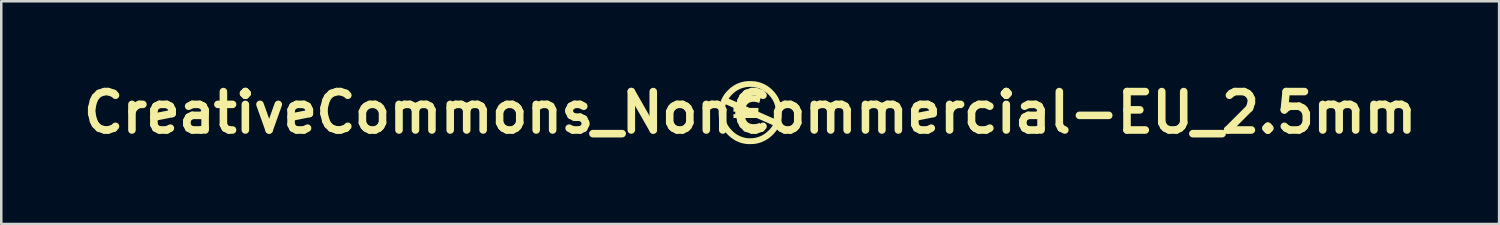
<source format=kicad_pcb>
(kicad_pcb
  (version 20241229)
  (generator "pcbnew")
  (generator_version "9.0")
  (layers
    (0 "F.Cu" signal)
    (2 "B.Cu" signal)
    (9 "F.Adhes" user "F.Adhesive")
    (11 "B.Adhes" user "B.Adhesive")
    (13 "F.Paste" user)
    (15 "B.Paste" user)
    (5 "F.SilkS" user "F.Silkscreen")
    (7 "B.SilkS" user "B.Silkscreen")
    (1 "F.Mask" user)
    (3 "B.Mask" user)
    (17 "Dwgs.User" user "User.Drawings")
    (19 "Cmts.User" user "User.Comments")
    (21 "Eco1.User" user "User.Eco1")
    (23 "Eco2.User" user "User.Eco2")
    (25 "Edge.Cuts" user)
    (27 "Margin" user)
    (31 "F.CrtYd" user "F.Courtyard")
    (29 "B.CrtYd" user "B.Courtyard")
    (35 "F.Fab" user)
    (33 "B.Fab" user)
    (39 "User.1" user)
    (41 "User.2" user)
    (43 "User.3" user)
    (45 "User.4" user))
  (footprint "CreativeCommons_NonCommercial-EU_2.5mm"
    (layer "F.Cu")
    (at 26.714 1.418)
    (property "Reference" "CreativeCommons_NonCommercial-EU_2.5mm" (at 0 0 0) (layer "F.SilkS") (effects (font (size 1.524 1.524) (thickness 0.3))))
    (attr board_only exclude_from_pos_files exclude_from_bom)
    (fp_poly (pts (xy 0.022 -1.249) (xy 0.067 -1.248) (xy 0.111 -1.246) (xy 0.151 -1.243) (xy 0.186 -1.24) (xy 0.209 -1.237) (xy 0.314 -1.216) (xy 0.414 -1.187) (xy 0.509 -1.151) (xy 0.599 -1.107) (xy 0.686 -1.055) (xy 0.769 -0.995) (xy 0.849 -0.927) (xy 0.886 -0.891) (xy 0.959 -0.813) (xy 1.023 -0.733) (xy 1.079 -0.65) (xy 1.126 -0.564) (xy 1.166 -0.473) (xy 1.199 -0.377) (xy 1.225 -0.277) (xy 1.24 -0.195) (xy 1.243 -0.17) (xy 1.245 -0.137) (xy 1.247 -0.099) (xy 1.248 -0.057) (xy 1.248 -0.012) (xy 1.248 0.032) (xy 1.247 0.076) (xy 1.246 0.117) (xy 1.244 0.153) (xy 1.241 0.182) (xy 1.24 0.194) (xy 1.22 0.3) (xy 1.192 0.401) (xy 1.156 0.497) (xy 1.113 0.589) (xy 1.062 0.676) (xy 1.004 0.758) (xy 0.937 0.837) (xy 0.884 0.891) (xy 0.801 0.965) (xy 0.715 1.031) (xy 0.626 1.087) (xy 0.533 1.136) (xy 0.437 1.176) (xy 0.338 1.208) (xy 0.235 1.231) (xy 0.152 1.243) (xy 0.132 1.245) (xy 0.105 1.246) (xy 0.073 1.248) (xy 0.039 1.249) (xy 0.003 1.249) (xy -0.031 1.25) (xy -0.064 1.249) (xy -0.092 1.249) (xy -0.114 1.248) (xy -0.125 1.247) (xy -0.19 1.238) (xy -0.248 1.229) (xy -0.301 1.217) (xy -0.352 1.204) (xy -0.395 1.19) (xy -0.49 1.154) (xy -0.582 1.11) (xy -0.67 1.057) (xy -0.755 0.996) (xy -0.837 0.927) (xy -0.914 0.851) (xy -0.953 0.807) (xy -1.019 0.725) (xy -1.076 0.64) (xy -1.125 0.552) (xy -1.166 0.461) (xy -1.2 0.365) (xy -1.225 0.265) (xy -1.239 0.193) (xy -1.242 0.169) (xy -1.244 0.138) (xy -1.246 0.102) (xy -1.248 0.062) (xy -1.249 0.02) (xy -1.249 0.017) (xy -1.022 0.017) (xy -1.016 0.108) (xy -1.002 0.199) (xy -0.981 0.287) (xy -0.951 0.373) (xy -0.914 0.455) (xy -0.877 0.518) (xy -0.829 0.589) (xy -0.773 0.658) (xy -0.711 0.723) (xy -0.645 0.783) (xy -0.577 0.837) (xy -0.551 0.855) (xy -0.473 0.901) (xy -0.39 0.941) (xy -0.304 0.973) (xy -0.216 0.997) (xy -0.136 1.011) (xy -0.102 1.014) (xy -0.062 1.016) (xy -0.018 1.017) (xy 0.028 1.016) (xy 0.073 1.015) (xy 0.116 1.012) (xy 0.153 1.008) (xy 0.175 1.005) (xy 0.268 0.984) (xy 0.356 0.956) (xy 0.44 0.92) (xy 0.522 0.876) (xy 0.6 0.823) (xy 0.641 0.792) (xy 0.667 0.769) (xy 0.697 0.742) (xy 0.728 0.713) (xy 0.757 0.683) (xy 0.784 0.655) (xy 0.806 0.63) (xy 0.81 0.625) (xy 0.822 0.61) (xy 0.835 0.592) (xy 0.849 0.572) (xy 0.863 0.551) (xy 0.876 0.533) (xy 0.886 0.517) (xy 0.893 0.505) (xy 0.895 0.499) (xy 0.892 0.495) (xy 0.885 0.491) (xy 0.88 0.489) (xy 0.866 0.483) (xy 0.846 0.474) (xy 0.821 0.463) (xy 0.79 0.45) (xy 0.755 0.434) (xy 0.717 0.417) (xy 0.676 0.399) (xy 0.634 0.381) (xy 0.591 0.361) (xy 0.547 0.342) (xy 0.505 0.323) (xy 0.464 0.305) (xy 0.426 0.288) (xy 0.39 0.273) (xy 0.359 0.259) (xy 0.333 0.247) (xy 0.313 0.238) (xy 0.303 0.234) (xy 0.258 0.214) (xy -0.196 0.214) (xy -0.193 0.226) (xy -0.18 0.266) (xy -0.161 0.306) (xy -0.136 0.342) (xy -0.109 0.373) (xy -0.097 0.384) (xy -0.057 0.412) (xy -0.014 0.433) (xy 0.033 0.447) (xy 0.086 0.456) (xy 0.117 0.458) (xy 0.166 0.458) (xy 0.217 0.453) (xy 0.266 0.444) (xy 0.311 0.432) (xy 0.351 0.417) (xy 0.361 0.413) (xy 0.372 0.408) (xy 0.378 0.405) (xy 0.379 0.405) (xy 0.38 0.41) (xy 0.383 0.422) (xy 0.387 0.441) (xy 0.393 0.465) (xy 0.399 0.493) (xy 0.404 0.518) (xy 0.411 0.549) (xy 0.417 0.577) (xy 0.422 0.602) (xy 0.426 0.62) (xy 0.429 0.633) (xy 0.43 0.637) (xy 0.427 0.643) (xy 0.417 0.65) (xy 0.4 0.659) (xy 0.378 0.668) (xy 0.352 0.677) (xy 0.323 0.687) (xy 0.293 0.696) (xy 0.263 0.704) (xy 0.237 0.709) (xy 0.16 0.72) (xy 0.083 0.722) (xy 0.008 0.716) (xy -0.066 0.703) (xy -0.136 0.681) (xy -0.204 0.653) (xy -0.267 0.617) (xy -0.325 0.573) (xy -0.351 0.551) (xy -0.398 0.501) (xy -0.439 0.444) (xy -0.473 0.383) (xy -0.501 0.317) (xy -0.52 0.25) (xy -0.52 0.249) (xy -0.528 0.214) (xy -0.664 0.214) (xy -0.664 0.059) (xy -0.55 0.059) (xy -0.55 0.019) (xy -0.55 -0.000477) (xy -0.549 -0.017) (xy -0.548 -0.027) (xy -0.547 -0.029) (xy -0.547 -0.032) (xy -0.55 -0.034) (xy -0.557 -0.035) (xy -0.571 -0.036) (xy -0.591 -0.036) (xy -0.604 -0.036) (xy -0.664 -0.036) (xy -0.664 -0.111) (xy -0.664 -0.139) (xy -0.663 -0.159) (xy -0.663 -0.173) (xy -0.661 -0.181) (xy -0.66 -0.185) (xy -0.657 -0.186) (xy -0.656 -0.187) (xy -0.658 -0.188) (xy -0.668 -0.193) (xy -0.684 -0.201) (xy -0.706 -0.212) (xy -0.733 -0.224) (xy -0.764 -0.238) (xy -0.799 -0.254) (xy -0.806 -0.257) (xy -0.842 -0.273) (xy -0.875 -0.287) (xy -0.904 -0.3) (xy -0.929 -0.311) (xy -0.948 -0.319) (xy -0.961 -0.325) (xy -0.967 -0.327) (xy -0.967 -0.327) (xy -0.97 -0.323) (xy -0.975 -0.31) (xy -0.981 -0.289) (xy -0.989 -0.26) (xy -0.989 -0.259) (xy -1.008 -0.168) (xy -1.019 -0.076) (xy -1.022 0.017) (xy -1.249 0.017) (xy -1.249 -0.021) (xy -1.249 -0.06) (xy -1.248 -0.096) (xy -1.247 -0.125) (xy -1.246 -0.135) (xy -1.231 -0.24) (xy -1.207 -0.341) (xy -1.175 -0.44) (xy -1.135 -0.535) (xy -1.124 -0.554) (xy -0.855 -0.554) (xy -0.836 -0.546) (xy -0.827 -0.542) (xy -0.812 -0.535) (xy -0.79 -0.526) (xy -0.762 -0.514) (xy -0.73 -0.5) (xy -0.695 -0.484) (xy -0.657 -0.467) (xy -0.635 -0.457) (xy -0.597 -0.441) (xy -0.562 -0.425) (xy -0.53 -0.411) (xy -0.502 -0.399) (xy -0.479 -0.389) (xy -0.463 -0.382) (xy -0.453 -0.378) (xy -0.451 -0.377) (xy -0.447 -0.381) (xy -0.44 -0.391) (xy -0.43 -0.405) (xy -0.424 -0.415) (xy -0.397 -0.453) (xy -0.369 -0.487) (xy -0.336 -0.519) (xy -0.311 -0.541) (xy -0.25 -0.585) (xy -0.186 -0.622) (xy -0.119 -0.65) (xy -0.046 -0.671) (xy -0.000055 -0.68) (xy 0.028 -0.683) (xy 0.063 -0.685) (xy 0.102 -0.686) (xy 0.143 -0.685) (xy 0.184 -0.683) (xy 0.222 -0.68) (xy 0.254 -0.675) (xy 0.266 -0.673) (xy 0.286 -0.669) (xy 0.309 -0.663) (xy 0.334 -0.656) (xy 0.359 -0.648) (xy 0.382 -0.641) (xy 0.4 -0.635) (xy 0.413 -0.63) (xy 0.417 -0.628) (xy 0.418 -0.625) (xy 0.418 -0.617) (xy 0.416 -0.605) (xy 0.413 -0.587) (xy 0.407 -0.562) (xy 0.399 -0.529) (xy 0.393 -0.503) (xy 0.384 -0.466) (xy 0.376 -0.438) (xy 0.371 -0.417) (xy 0.366 -0.402) (xy 0.362 -0.392) (xy 0.359 -0.386) (xy 0.357 -0.384) (xy 0.355 -0.384) (xy 0.348 -0.387) (xy 0.334 -0.392) (xy 0.316 -0.398) (xy 0.301 -0.403) (xy 0.237 -0.42) (xy 0.176 -0.429) (xy 0.117 -0.431) (xy 0.061 -0.426) (xy 0.01 -0.413) (xy -0.038 -0.392) (xy -0.08 -0.364) (xy -0.095 -0.352) (xy -0.107 -0.339) (xy -0.121 -0.324) (xy -0.135 -0.306) (xy -0.148 -0.289) (xy -0.158 -0.274) (xy -0.165 -0.261) (xy -0.167 -0.254) (xy -0.167 -0.254) (xy -0.163 -0.25) (xy -0.151 -0.244) (xy -0.134 -0.236) (xy -0.113 -0.226) (xy -0.095 -0.218) (xy -0.025 -0.187) (xy 0.151 -0.186) (xy 0.328 -0.186) (xy 0.326 -0.109) (xy 0.325 -0.032) (xy 0.657 0.115) (xy 0.717 0.141) (xy 0.773 0.166) (xy 0.823 0.188) (xy 0.867 0.207) (xy 0.905 0.223) (xy 0.937 0.236) (xy 0.962 0.247) (xy 0.979 0.253) (xy 0.989 0.257) (xy 0.991 0.257) (xy 0.994 0.251) (xy 0.997 0.238) (xy 1 0.221) (xy 1.001 0.216) (xy 1.01 0.163) (xy 1.016 0.104) (xy 1.02 0.043) (xy 1.021 -0.019) (xy 1.019 -0.078) (xy 1.015 -0.132) (xy 1.012 -0.15) (xy 0.994 -0.245) (xy 0.968 -0.335) (xy 0.934 -0.421) (xy 0.892 -0.503) (xy 0.86 -0.555) (xy 0.814 -0.619) (xy 0.76 -0.682) (xy 0.701 -0.743) (xy 0.638 -0.798) (xy 0.573 -0.848) (xy 0.518 -0.884) (xy 0.439 -0.926) (xy 0.355 -0.961) (xy 0.268 -0.988) (xy 0.178 -1.008) (xy 0.087 -1.019) (xy -0.006 -1.023) (xy -0.098 -1.018) (xy -0.19 -1.005) (xy -0.28 -0.984) (xy -0.327 -0.97) (xy -0.411 -0.937) (xy -0.491 -0.896) (xy -0.569 -0.847) (xy -0.643 -0.79) (xy -0.713 -0.726) (xy -0.778 -0.656) (xy -0.836 -0.581) (xy -0.855 -0.554) (xy -1.124 -0.554) (xy -1.085 -0.627) (xy -1.028 -0.717) (xy -0.961 -0.803) (xy -0.957 -0.808) (xy -0.93 -0.839) (xy -0.897 -0.873) (xy -0.861 -0.908) (xy -0.824 -0.943) (xy -0.787 -0.976) (xy -0.753 -1.004) (xy -0.739 -1.015) (xy -0.653 -1.073) (xy -0.564 -1.124) (xy -0.473 -1.165) (xy -0.377 -1.199) (xy -0.278 -1.224) (xy -0.175 -1.241) (xy -0.134 -1.246) (xy -0.103 -1.248) (xy -0.065 -1.249) (xy -0.023 -1.25)) (stroke (width 0) (type solid)) (fill yes) (layer "F.SilkS")))
  (gr_rect
    (start -3 -3)
    (end 56.427 5.836)
    (stroke (width 0.1) (type default))
    (fill no)
    (layer "Edge.Cuts")))
</source>
